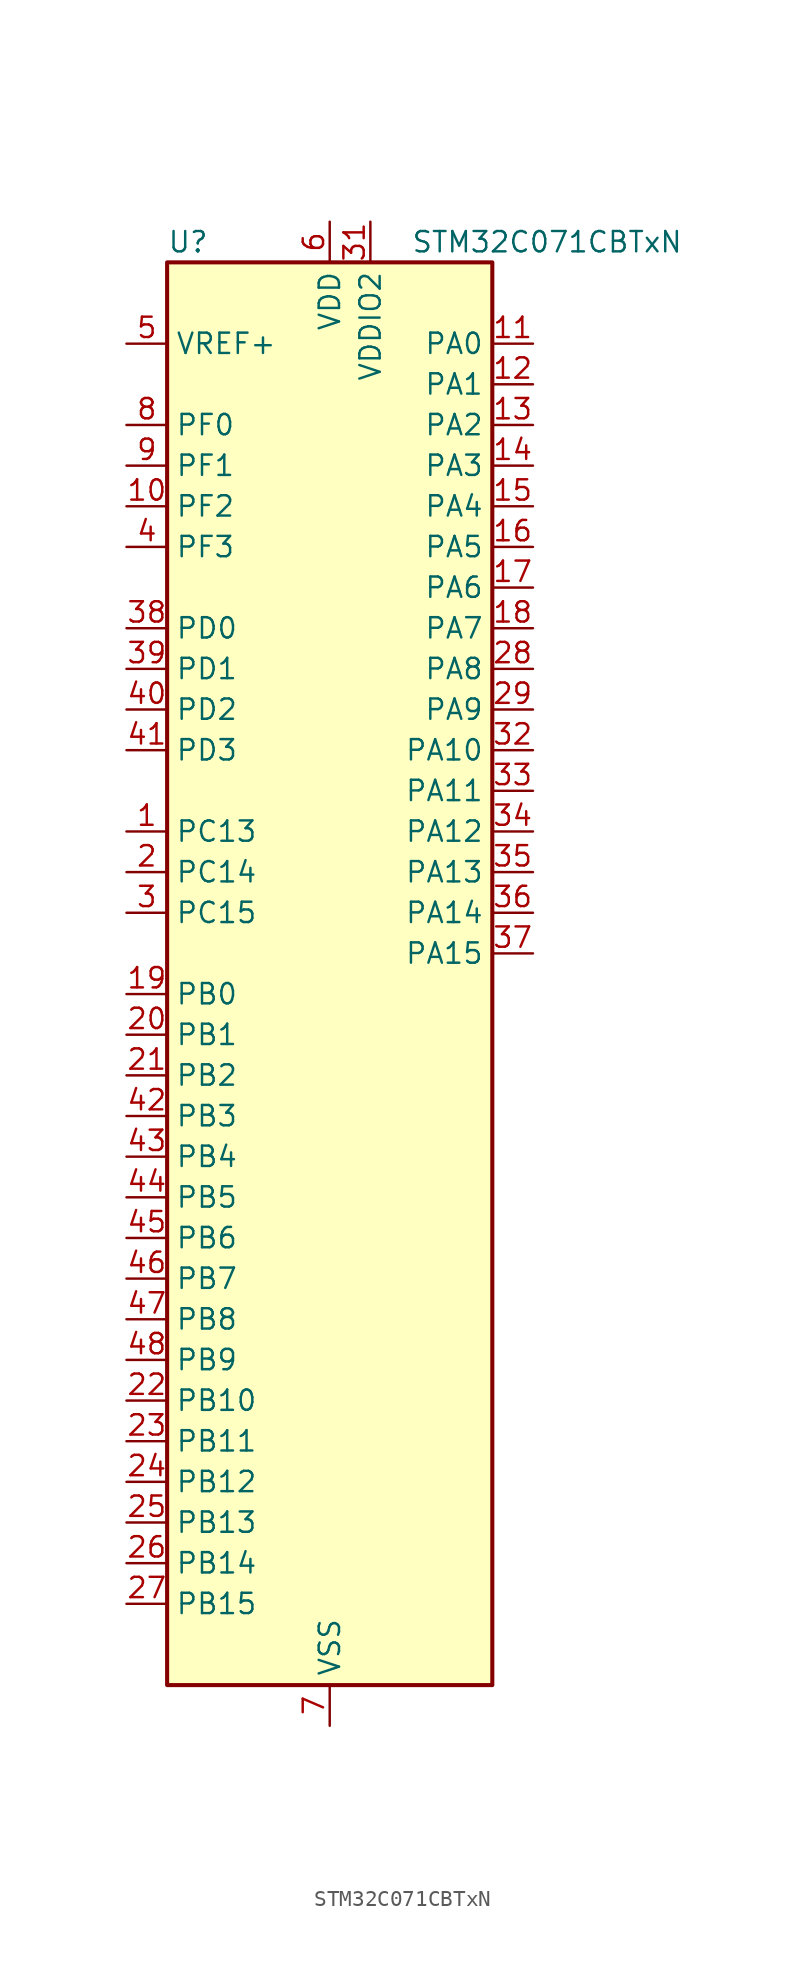
<source format=kicad_sym>
(kicad_symbol_lib
  (version 20241209)
  (generator "kicad_symbol_editor")
  (generator_version "9.0")
  (symbol "STM32C071CBTxN"
    (property "Reference" "U"
      (at -10.16 46.99 0)
      (effects (font (size 1.27 1.27)) (justify left)))
    (property "Value" "STM32C071CBTxN"
      (at 5.08 46.99 0)
      (effects (font (size 1.27 1.27)) (justify left)))
    (symbol "STM32C071CBTxN_0_1"
      (rectangle (start -10.16 -43.18) (end 10.16 45.72) (stroke (width 0.254) (type default)) (fill (type background))))
    (symbol "STM32C071CBTxN_1_1"
      (pin input line (at -12.7 40.64 0) (length 2.54) (name "VREF+" (effects (font (size 1.27 1.27)))) (number "5" (effects (font (size 1.27 1.27)))))
      (pin bidirectional line (at -12.7 35.56 0) (length 2.54) (name "PF0" (effects (font (size 1.27 1.27)))) (number "8" (effects (font (size 1.27 1.27)))) (alternate "CRS_SYNC" bidirectional line) (alternate "RCC_OSC_IN" bidirectional line) (alternate "TIM14_CH1" bidirectional line))
      (pin bidirectional line (at -12.7 33.02 0) (length 2.54) (name "PF1" (effects (font (size 1.27 1.27)))) (number "9" (effects (font (size 1.27 1.27)))) (alternate "RCC_OSC_EN" bidirectional line) (alternate "RCC_OSC_OUT" bidirectional line))
      (pin bidirectional line (at -12.7 30.48 0) (length 2.54) (name "PF2" (effects (font (size 1.27 1.27)))) (number "10" (effects (font (size 1.27 1.27)))) (alternate "RCC_MCO" bidirectional line) (alternate "TIM1_CH4" bidirectional line))
      (pin bidirectional line (at -12.7 27.94 0) (length 2.54) (name "PF3" (effects (font (size 1.27 1.27)))) (number "4" (effects (font (size 1.27 1.27)))))
      (pin bidirectional line (at -12.7 22.86 0) (length 2.54) (name "PD0" (effects (font (size 1.27 1.27)))) (number "38" (effects (font (size 1.27 1.27)))) (alternate "SPI2_NSS" bidirectional line) (alternate "TIM16_CH1" bidirectional line))
      (pin bidirectional line (at -12.7 20.32 0) (length 2.54) (name "PD1" (effects (font (size 1.27 1.27)))) (number "39" (effects (font (size 1.27 1.27)))) (alternate "SPI2_SCK" bidirectional line) (alternate "TIM17_CH1" bidirectional line))
      (pin bidirectional line (at -12.7 17.78 0) (length 2.54) (name "PD2" (effects (font (size 1.27 1.27)))) (number "40" (effects (font (size 1.27 1.27)))) (alternate "TIM1_CH1N" bidirectional line) (alternate "TIM3_ETR" bidirectional line))
      (pin bidirectional line (at -12.7 15.24 0) (length 2.54) (name "PD3" (effects (font (size 1.27 1.27)))) (number "41" (effects (font (size 1.27 1.27)))) (alternate "SPI2_MISO" bidirectional line) (alternate "TIM1_CH2N" bidirectional line) (alternate "USART2_CTS" bidirectional line) (alternate "USART2_NSS" bidirectional line))
      (pin bidirectional line (at -12.7 10.16 0) (length 2.54) (name "PC13" (effects (font (size 1.27 1.27)))) (number "1" (effects (font (size 1.27 1.27)))) (alternate "PWR_WKUP2" bidirectional line) (alternate "RTC_OUT1" bidirectional line) (alternate "RTC_TS" bidirectional line) (alternate "TIM1_BKIN" bidirectional line) (alternate "TIM1_ETR" bidirectional line))
      (pin bidirectional line (at -12.7 7.62 0) (length 2.54) (name "PC14" (effects (font (size 1.27 1.27)))) (number "2" (effects (font (size 1.27 1.27)))) (alternate "I2C1_SDA" bidirectional line) (alternate "IR_OUT" bidirectional line) (alternate "RCC_OSCX_IN" bidirectional line) (alternate "SPI2_NSS" bidirectional line) (alternate "TIM17_CH1" bidirectional line) (alternate "TIM1_BKIN2" bidirectional line) (alternate "TIM1_ETR" bidirectional line) (alternate "TIM3_CH2" bidirectional line) (alternate "USART1_TX" bidirectional line) (alternate "USART2_CK" bidirectional line) (alternate "USART2_DE" bidirectional line) (alternate "USART2_RTS" bidirectional line))
      (pin bidirectional line (at -12.7 5.08 0) (length 2.54) (name "PC15" (effects (font (size 1.27 1.27)))) (number "3" (effects (font (size 1.27 1.27)))) (alternate "RCC_OSC32_EN" bidirectional line) (alternate "RCC_OSCX_OUT" bidirectional line) (alternate "RCC_OSC_EN" bidirectional line) (alternate "TIM1_ETR" bidirectional line) (alternate "TIM3_CH3" bidirectional line))
      (pin bidirectional line (at -12.7 0 0) (length 2.54) (name "PB0" (effects (font (size 1.27 1.27)))) (number "19" (effects (font (size 1.27 1.27)))) (alternate "ADC1_IN17" bidirectional line) (alternate "I2S1_WS" bidirectional line) (alternate "SPI1_NSS" bidirectional line) (alternate "TIM1_CH2N" bidirectional line) (alternate "TIM3_CH3" bidirectional line))
      (pin bidirectional line (at -12.7 -2.54 0) (length 2.54) (name "PB1" (effects (font (size 1.27 1.27)))) (number "20" (effects (font (size 1.27 1.27)))) (alternate "ADC1_IN18" bidirectional line) (alternate "TIM14_CH1" bidirectional line) (alternate "TIM1_CH2N" bidirectional line) (alternate "TIM1_CH3N" bidirectional line) (alternate "TIM3_CH4" bidirectional line))
      (pin bidirectional line (at -12.7 -5.08 0) (length 2.54) (name "PB2" (effects (font (size 1.27 1.27)))) (number "21" (effects (font (size 1.27 1.27)))) (alternate "ADC1_IN19" bidirectional line) (alternate "RCC_MCO2" bidirectional line) (alternate "SPI2_MISO" bidirectional line) (alternate "USART1_RX" bidirectional line))
      (pin bidirectional line (at -12.7 -7.62 0) (length 2.54) (name "PB3" (effects (font (size 1.27 1.27)))) (number "42" (effects (font (size 1.27 1.27)))) (alternate "I2C2_SCL" bidirectional line) (alternate "I2S1_CK" bidirectional line) (alternate "SPI1_SCK" bidirectional line) (alternate "TIM1_CH2" bidirectional line) (alternate "TIM2_CH2" bidirectional line) (alternate "TIM3_CH2" bidirectional line) (alternate "USART1_CK" bidirectional line) (alternate "USART1_DE" bidirectional line) (alternate "USART1_RTS" bidirectional line))
      (pin bidirectional line (at -12.7 -10.16 0) (length 2.54) (name "PB4" (effects (font (size 1.27 1.27)))) (number "43" (effects (font (size 1.27 1.27)))) (alternate "I2C2_SDA" bidirectional line) (alternate "I2S1_MCK" bidirectional line) (alternate "SPI1_MISO" bidirectional line) (alternate "TIM17_BKIN" bidirectional line) (alternate "TIM3_CH1" bidirectional line) (alternate "USART1_CTS" bidirectional line) (alternate "USART1_NSS" bidirectional line))
      (pin bidirectional line (at -12.7 -12.7 0) (length 2.54) (name "PB5" (effects (font (size 1.27 1.27)))) (number "44" (effects (font (size 1.27 1.27)))) (alternate "I2C1_SMBA" bidirectional line) (alternate "I2S1_SD" bidirectional line) (alternate "PWR_WKUP6" bidirectional line) (alternate "SPI1_MOSI" bidirectional line) (alternate "TIM16_BKIN" bidirectional line) (alternate "TIM3_CH2" bidirectional line) (alternate "TIM3_CH3" bidirectional line))
      (pin bidirectional line (at -12.7 -15.24 0) (length 2.54) (name "PB6" (effects (font (size 1.27 1.27)))) (number "45" (effects (font (size 1.27 1.27)))) (alternate "I2C1_SCL" bidirectional line) (alternate "I2C1_SMBA" bidirectional line) (alternate "I2S1_CK" bidirectional line) (alternate "I2S1_MCK" bidirectional line) (alternate "I2S1_SD" bidirectional line) (alternate "PWR_WKUP3" bidirectional line) (alternate "SPI1_MISO" bidirectional line) (alternate "SPI1_MOSI" bidirectional line) (alternate "SPI1_SCK" bidirectional line) (alternate "SPI2_MISO" bidirectional line) (alternate "TIM16_BKIN" bidirectional line) (alternate "TIM16_CH1N" bidirectional line) (alternate "TIM17_BKIN" bidirectional line) (alternate "TIM1_CH2" bidirectional line) (alternate "TIM1_CH3" bidirectional line) (alternate "TIM3_CH1" bidirectional line) (alternate "TIM3_CH2" bidirectional line) (alternate "TIM3_CH3" bidirectional line) (alternate "USART1_CTS" bidirectional line) (alternate "USART1_NSS" bidirectional line) (alternate "USART1_TX" bidirectional line))
      (pin bidirectional line (at -12.7 -17.78 0) (length 2.54) (name "PB7" (effects (font (size 1.27 1.27)))) (number "46" (effects (font (size 1.27 1.27)))) (alternate "I2C1_SCL" bidirectional line) (alternate "I2C1_SDA" bidirectional line) (alternate "SPI2_MOSI" bidirectional line) (alternate "TIM16_CH1" bidirectional line) (alternate "TIM17_CH1N" bidirectional line) (alternate "TIM1_CH4" bidirectional line) (alternate "TIM3_CH1" bidirectional line) (alternate "TIM3_CH4" bidirectional line) (alternate "USART1_RX" bidirectional line) (alternate "USART2_CTS" bidirectional line) (alternate "USART2_NSS" bidirectional line))
      (pin bidirectional line (at -12.7 -20.32 0) (length 2.54) (name "PB8" (effects (font (size 1.27 1.27)))) (number "47" (effects (font (size 1.27 1.27)))) (alternate "I2C1_SCL" bidirectional line) (alternate "SPI2_SCK" bidirectional line) (alternate "TIM16_CH1" bidirectional line) (alternate "TIM3_CH1" bidirectional line) (alternate "USART2_CTS" bidirectional line) (alternate "USART2_NSS" bidirectional line))
      (pin bidirectional line (at -12.7 -22.86 0) (length 2.54) (name "PB9" (effects (font (size 1.27 1.27)))) (number "48" (effects (font (size 1.27 1.27)))) (alternate "I2C1_SDA" bidirectional line) (alternate "IR_OUT" bidirectional line) (alternate "SPI2_NSS" bidirectional line) (alternate "TIM17_CH1" bidirectional line) (alternate "TIM3_CH2" bidirectional line) (alternate "USART2_CK" bidirectional line) (alternate "USART2_DE" bidirectional line) (alternate "USART2_RTS" bidirectional line))
      (pin bidirectional line (at -12.7 -25.4 0) (length 2.54) (name "PB10" (effects (font (size 1.27 1.27)))) (number "22" (effects (font (size 1.27 1.27)))) (alternate "ADC1_IN20" bidirectional line) (alternate "I2C2_SCL" bidirectional line) (alternate "SPI2_SCK" bidirectional line) (alternate "TIM2_CH3" bidirectional line))
      (pin bidirectional line (at -12.7 -27.94 0) (length 2.54) (name "PB11" (effects (font (size 1.27 1.27)))) (number "23" (effects (font (size 1.27 1.27)))) (alternate "ADC1_EXTI11" bidirectional line) (alternate "ADC1_IN21" bidirectional line) (alternate "I2C2_SDA" bidirectional line) (alternate "SPI2_MOSI" bidirectional line) (alternate "TIM2_CH4" bidirectional line))
      (pin bidirectional line (at -12.7 -30.48 0) (length 2.54) (name "PB12" (effects (font (size 1.27 1.27)))) (number "24" (effects (font (size 1.27 1.27)))) (alternate "ADC1_IN22" bidirectional line) (alternate "SPI2_NSS" bidirectional line) (alternate "TIM1_BKIN" bidirectional line) (alternate "TIM1_BKIN2" bidirectional line))
      (pin bidirectional line (at -12.7 -33.02 0) (length 2.54) (name "PB13" (effects (font (size 1.27 1.27)))) (number "25" (effects (font (size 1.27 1.27)))) (alternate "I2C2_SCL" bidirectional line) (alternate "SPI2_SCK" bidirectional line) (alternate "TIM1_CH1N" bidirectional line))
      (pin bidirectional line (at -12.7 -35.56 0) (length 2.54) (name "PB14" (effects (font (size 1.27 1.27)))) (number "26" (effects (font (size 1.27 1.27)))) (alternate "I2C2_SDA" bidirectional line) (alternate "SPI2_MISO" bidirectional line) (alternate "TIM1_CH2N" bidirectional line))
      (pin bidirectional line (at -12.7 -38.1 0) (length 2.54) (name "PB15" (effects (font (size 1.27 1.27)))) (number "27" (effects (font (size 1.27 1.27)))) (alternate "RTC_REFIN" bidirectional line) (alternate "SPI2_MOSI" bidirectional line) (alternate "TIM1_CH3N" bidirectional line))
      (pin power_in line (at 0 48.26 270) (length 2.54) (name "VDD" (effects (font (size 1.27 1.27)))) (number "6" (effects (font (size 1.27 1.27)))))
      (pin passive line (at 0 -45.72 90) (length 2.54) (hide yes) (name "VSS" (effects (font (size 1.27 1.27)))) (number "30" (effects (font (size 1.27 1.27)))))
      (pin power_in line (at 0 -45.72 90) (length 2.54) (name "VSS" (effects (font (size 1.27 1.27)))) (number "7" (effects (font (size 1.27 1.27)))))
      (pin power_in line (at 2.54 48.26 270) (length 2.54) (name "VDDIO2" (effects (font (size 1.27 1.27)))) (number "31" (effects (font (size 1.27 1.27)))))
      (pin bidirectional line (at 12.7 40.64 180) (length 2.54) (name "PA0" (effects (font (size 1.27 1.27)))) (number "11" (effects (font (size 1.27 1.27)))) (alternate "ADC1_IN0" bidirectional line) (alternate "PWR_WKUP1" bidirectional line) (alternate "SPI2_SCK" bidirectional line) (alternate "TIM16_CH1" bidirectional line) (alternate "TIM1_CH1" bidirectional line) (alternate "TIM2_CH1" bidirectional line) (alternate "TIM2_ETR" bidirectional line) (alternate "USART1_TX" bidirectional line) (alternate "USART2_CTS" bidirectional line) (alternate "USART2_NSS" bidirectional line))
      (pin bidirectional line (at 12.7 38.1 180) (length 2.54) (name "PA1" (effects (font (size 1.27 1.27)))) (number "12" (effects (font (size 1.27 1.27)))) (alternate "ADC1_IN1" bidirectional line) (alternate "I2C1_SMBA" bidirectional line) (alternate "I2S1_CK" bidirectional line) (alternate "SPI1_SCK" bidirectional line) (alternate "TIM17_CH1" bidirectional line) (alternate "TIM1_CH2" bidirectional line) (alternate "TIM2_CH2" bidirectional line) (alternate "USART1_RX" bidirectional line) (alternate "USART2_CK" bidirectional line) (alternate "USART2_DE" bidirectional line) (alternate "USART2_RTS" bidirectional line))
      (pin bidirectional line (at 12.7 35.56 180) (length 2.54) (name "PA2" (effects (font (size 1.27 1.27)))) (number "13" (effects (font (size 1.27 1.27)))) (alternate "ADC1_IN2" bidirectional line) (alternate "I2S1_SD" bidirectional line) (alternate "PWR_WKUP4" bidirectional line) (alternate "RCC_LSCO" bidirectional line) (alternate "SPI1_MOSI" bidirectional line) (alternate "TIM16_CH1N" bidirectional line) (alternate "TIM1_CH3" bidirectional line) (alternate "TIM2_CH3" bidirectional line) (alternate "TIM3_ETR" bidirectional line) (alternate "USART2_TX" bidirectional line))
      (pin bidirectional line (at 12.7 33.02 180) (length 2.54) (name "PA3" (effects (font (size 1.27 1.27)))) (number "14" (effects (font (size 1.27 1.27)))) (alternate "ADC1_IN3" bidirectional line) (alternate "SPI2_MISO" bidirectional line) (alternate "TIM1_CH1N" bidirectional line) (alternate "TIM1_CH4" bidirectional line) (alternate "TIM2_CH4" bidirectional line) (alternate "USART2_RX" bidirectional line))
      (pin bidirectional line (at 12.7 30.48 180) (length 2.54) (name "PA4" (effects (font (size 1.27 1.27)))) (number "15" (effects (font (size 1.27 1.27)))) (alternate "ADC1_IN4" bidirectional line) (alternate "I2S1_WS" bidirectional line) (alternate "RTC_OUT2" bidirectional line) (alternate "SPI1_NSS" bidirectional line) (alternate "SPI2_MOSI" bidirectional line) (alternate "TIM14_CH1" bidirectional line) (alternate "TIM17_CH1N" bidirectional line) (alternate "TIM1_CH2N" bidirectional line) (alternate "USART2_TX" bidirectional line) (alternate "USB_NOE" bidirectional line))
      (pin bidirectional line (at 12.7 27.94 180) (length 2.54) (name "PA5" (effects (font (size 1.27 1.27)))) (number "16" (effects (font (size 1.27 1.27)))) (alternate "ADC1_IN5" bidirectional line) (alternate "I2S1_CK" bidirectional line) (alternate "SPI1_SCK" bidirectional line) (alternate "TIM1_CH1" bidirectional line) (alternate "TIM1_CH3N" bidirectional line) (alternate "TIM2_CH1" bidirectional line) (alternate "TIM2_ETR" bidirectional line) (alternate "USART2_RX" bidirectional line))
      (pin bidirectional line (at 12.7 25.4 180) (length 2.54) (name "PA6" (effects (font (size 1.27 1.27)))) (number "17" (effects (font (size 1.27 1.27)))) (alternate "ADC1_IN6" bidirectional line) (alternate "I2C2_SDA" bidirectional line) (alternate "I2S1_MCK" bidirectional line) (alternate "SPI1_MISO" bidirectional line) (alternate "TIM16_CH1" bidirectional line) (alternate "TIM1_BKIN" bidirectional line) (alternate "TIM3_CH1" bidirectional line))
      (pin bidirectional line (at 12.7 22.86 180) (length 2.54) (name "PA7" (effects (font (size 1.27 1.27)))) (number "18" (effects (font (size 1.27 1.27)))) (alternate "ADC1_IN7" bidirectional line) (alternate "I2C2_SCL" bidirectional line) (alternate "I2S1_SD" bidirectional line) (alternate "SPI1_MOSI" bidirectional line) (alternate "TIM14_CH1" bidirectional line) (alternate "TIM17_CH1" bidirectional line) (alternate "TIM1_CH1N" bidirectional line) (alternate "TIM3_CH2" bidirectional line))
      (pin bidirectional line (at 12.7 20.32 180) (length 2.54) (name "PA8" (effects (font (size 1.27 1.27)))) (number "28" (effects (font (size 1.27 1.27)))) (alternate "ADC1_IN8" bidirectional line) (alternate "CRS_SYNC" bidirectional line) (alternate "I2S1_WS" bidirectional line) (alternate "RCC_MCO" bidirectional line) (alternate "RCC_MCO2" bidirectional line) (alternate "SPI1_NSS" bidirectional line) (alternate "SPI2_MISO" bidirectional line) (alternate "SPI2_NSS" bidirectional line) (alternate "TIM14_CH1" bidirectional line) (alternate "TIM1_CH1" bidirectional line) (alternate "TIM1_CH2N" bidirectional line) (alternate "TIM1_CH3N" bidirectional line) (alternate "TIM3_CH3" bidirectional line) (alternate "TIM3_CH4" bidirectional line) (alternate "USART1_RX" bidirectional line) (alternate "USART2_TX" bidirectional line))
      (pin bidirectional line (at 12.7 17.78 180) (length 2.54) (name "PA9" (effects (font (size 1.27 1.27)))) (number "29" (effects (font (size 1.27 1.27)))) (alternate "I2C1_SCL" bidirectional line) (alternate "I2C2_SCL" bidirectional line) (alternate "RCC_MCO" bidirectional line) (alternate "SPI2_MISO" bidirectional line) (alternate "TIM1_CH2" bidirectional line) (alternate "TIM3_ETR" bidirectional line) (alternate "USART1_TX" bidirectional line))
      (pin bidirectional line (at 12.7 15.24 180) (length 2.54) (name "PA10" (effects (font (size 1.27 1.27)))) (number "32" (effects (font (size 1.27 1.27)))) (alternate "I2C1_SDA" bidirectional line) (alternate "I2C2_SDA" bidirectional line) (alternate "RCC_MCO2" bidirectional line) (alternate "SPI2_MOSI" bidirectional line) (alternate "TIM17_BKIN" bidirectional line) (alternate "TIM1_CH3" bidirectional line) (alternate "USART1_RX" bidirectional line))
      (pin bidirectional line (at 12.7 12.7 180) (length 2.54) (name "PA11" (effects (font (size 1.27 1.27)))) (number "33" (effects (font (size 1.27 1.27)))) (alternate "ADC1_EXTI11" bidirectional line) (alternate "I2C2_SCL" bidirectional line) (alternate "I2S1_MCK" bidirectional line) (alternate "SPI1_MISO" bidirectional line) (alternate "TIM1_BKIN2" bidirectional line) (alternate "TIM1_CH4" bidirectional line) (alternate "USART1_CTS" bidirectional line) (alternate "USART1_NSS" bidirectional line) (alternate "USB_DM" bidirectional line))
      (pin bidirectional line (at 12.7 10.16 180) (length 2.54) (name "PA12" (effects (font (size 1.27 1.27)))) (number "34" (effects (font (size 1.27 1.27)))) (alternate "I2C2_SDA" bidirectional line) (alternate "I2S1_SD" bidirectional line) (alternate "I2S_CKIN" bidirectional line) (alternate "SPI1_MOSI" bidirectional line) (alternate "TIM1_ETR" bidirectional line) (alternate "USART1_CK" bidirectional line) (alternate "USART1_DE" bidirectional line) (alternate "USART1_RTS" bidirectional line) (alternate "USB_DP" bidirectional line))
      (pin bidirectional line (at 12.7 7.62 180) (length 2.54) (name "PA13" (effects (font (size 1.27 1.27)))) (number "35" (effects (font (size 1.27 1.27)))) (alternate "ADC1_IN13" bidirectional line) (alternate "DEBUG_SWDIO" bidirectional line) (alternate "IR_OUT" bidirectional line) (alternate "TIM3_ETR" bidirectional line) (alternate "USART2_RX" bidirectional line) (alternate "USB_NOE" bidirectional line))
      (pin bidirectional line (at 12.7 5.08 180) (length 2.54) (name "PA14" (effects (font (size 1.27 1.27)))) (number "36" (effects (font (size 1.27 1.27)))) (alternate "ADC1_IN14" bidirectional line) (alternate "DEBUG_SWCLK" bidirectional line) (alternate "I2S1_WS" bidirectional line) (alternate "RCC_MCO2" bidirectional line) (alternate "SPI1_NSS" bidirectional line) (alternate "TIM1_CH1" bidirectional line) (alternate "USART1_CK" bidirectional line) (alternate "USART1_DE" bidirectional line) (alternate "USART1_RTS" bidirectional line) (alternate "USART2_RX" bidirectional line) (alternate "USART2_TX" bidirectional line))
      (pin bidirectional line (at 12.7 2.54 180) (length 2.54) (name "PA15" (effects (font (size 1.27 1.27)))) (number "37" (effects (font (size 1.27 1.27)))) (alternate "I2S1_WS" bidirectional line) (alternate "RCC_MCO2" bidirectional line) (alternate "SPI1_NSS" bidirectional line) (alternate "TIM1_CH1" bidirectional line) (alternate "TIM2_CH1" bidirectional line) (alternate "TIM2_ETR" bidirectional line) (alternate "USART1_CK" bidirectional line) (alternate "USART1_DE" bidirectional line) (alternate "USART1_RTS" bidirectional line) (alternate "USART2_RX" bidirectional line) (alternate "USB_NOE" bidirectional line)))))
</source>
